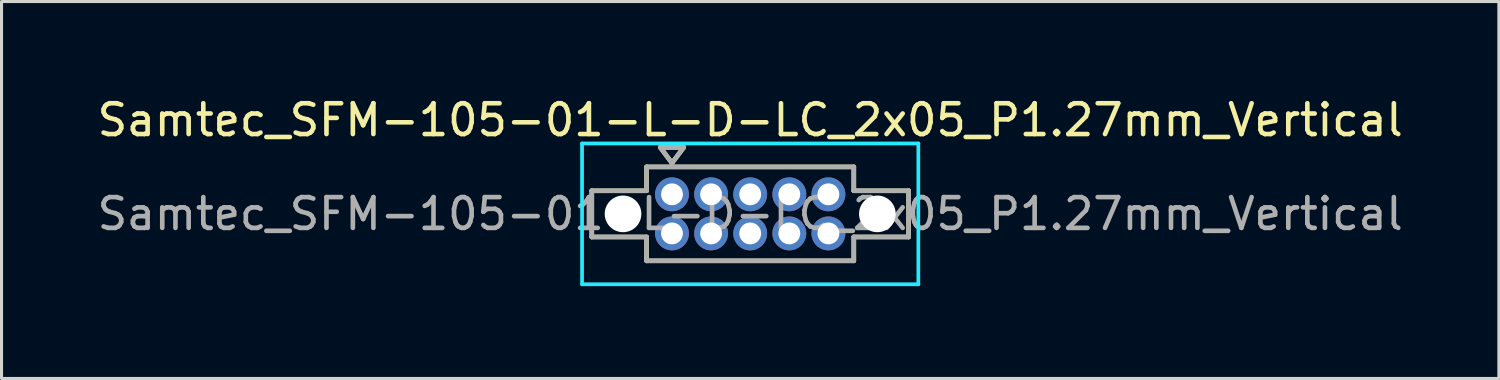
<source format=kicad_pcb>
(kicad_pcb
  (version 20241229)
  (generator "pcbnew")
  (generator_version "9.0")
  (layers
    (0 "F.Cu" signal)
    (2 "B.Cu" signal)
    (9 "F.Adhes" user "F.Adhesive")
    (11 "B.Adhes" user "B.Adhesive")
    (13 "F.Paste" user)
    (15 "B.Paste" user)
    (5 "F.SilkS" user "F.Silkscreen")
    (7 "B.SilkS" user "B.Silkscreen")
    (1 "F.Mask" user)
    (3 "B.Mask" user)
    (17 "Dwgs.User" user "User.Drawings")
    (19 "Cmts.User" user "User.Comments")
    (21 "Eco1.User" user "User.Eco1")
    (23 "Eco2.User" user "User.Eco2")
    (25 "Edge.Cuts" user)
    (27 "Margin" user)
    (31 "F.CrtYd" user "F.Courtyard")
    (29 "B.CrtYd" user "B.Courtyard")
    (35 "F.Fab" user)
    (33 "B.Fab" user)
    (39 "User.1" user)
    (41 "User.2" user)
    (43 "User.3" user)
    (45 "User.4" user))
  (footprint "Samtec_SFM-105-01-L-D-LC_2x05_P1.27mm_Vertical"
    (layer "F.Cu")
    (at 21.315 3.896)
    (property "Reference" "Samtec_SFM-105-01-L-D-LC_2x05_P1.27mm_Vertical" (at 0 -3.048 0) (layer "F.SilkS") (effects (font (size 1 1) (thickness 0.15))))
    (attr through_hole)
    (fp_line (start -5.145 -0.751) (end -5.145 0.751) (stroke (width 0.15) (type solid)) (layer "F.SilkS"))
    (fp_line (start -5.145 -0.751) (end -3.365 -0.751) (stroke (width 0.15) (type solid)) (layer "F.SilkS"))
    (fp_line (start -3.365 -1.525) (end -3.365 -0.751) (stroke (width 0.15) (type solid)) (layer "F.SilkS"))
    (fp_line (start -3.365 -1.525) (end 3.365 -1.525) (stroke (width 0.15) (type solid)) (layer "F.SilkS"))
    (fp_line (start -3.365 0.751) (end -5.145 0.751) (stroke (width 0.15) (type solid)) (layer "F.SilkS"))
    (fp_line (start -3.365 0.751) (end -3.365 1.525) (stroke (width 0.15) (type solid)) (layer "F.SilkS"))
    (fp_line (start -3.365 1.525) (end 3.365 1.525) (stroke (width 0.15) (type solid)) (layer "F.SilkS"))
    (fp_line (start -2.921 -2.159) (end -2.159 -2.159) (stroke (width 0.15) (type solid)) (layer "F.SilkS"))
    (fp_line (start -2.54 -1.651) (end -2.921 -2.159) (stroke (width 0.15) (type solid)) (layer "F.SilkS"))
    (fp_line (start -2.159 -2.159) (end -2.54 -1.651) (stroke (width 0.15) (type solid)) (layer "F.SilkS"))
    (fp_line (start 3.365 -1.525) (end 3.365 -0.751) (stroke (width 0.15) (type solid)) (layer "F.SilkS"))
    (fp_line (start 3.365 -0.751) (end 5.145 -0.751) (stroke (width 0.15) (type solid)) (layer "F.SilkS"))
    (fp_line (start 3.365 0.751) (end 3.365 1.525) (stroke (width 0.15) (type solid)) (layer "F.SilkS"))
    (fp_line (start 5.145 -0.751) (end 5.145 0.751) (stroke (width 0.15) (type solid)) (layer "F.SilkS"))
    (fp_line (start 5.145 0.751) (end 3.365 0.751) (stroke (width 0.15) (type solid)) (layer "F.SilkS"))
    (fp_line (start -5.461 -2.286) (end 5.461 -2.286) (stroke (width 0.12) (type solid)) (layer "B.CrtYd"))
    (fp_line (start -5.461 2.286) (end -5.461 -2.286) (stroke (width 0.12) (type solid)) (layer "B.CrtYd"))
    (fp_line (start 5.461 -2.286) (end 5.461 2.286) (stroke (width 0.12) (type solid)) (layer "B.CrtYd"))
    (fp_line (start 5.461 2.286) (end -5.461 2.286) (stroke (width 0.12) (type solid)) (layer "B.CrtYd"))
    (fp_line (start -5.145 -0.751) (end -5.145 0.751) (stroke (width 0.15) (type solid)) (layer "F.Fab"))
    (fp_line (start -5.145 -0.751) (end -3.365 -0.751) (stroke (width 0.15) (type solid)) (layer "F.Fab"))
    (fp_line (start -3.365 -1.525) (end -3.365 -0.751) (stroke (width 0.15) (type solid)) (layer "F.Fab"))
    (fp_line (start -3.365 -1.525) (end 3.365 -1.525) (stroke (width 0.15) (type solid)) (layer "F.Fab"))
    (fp_line (start -3.365 0.751) (end -5.145 0.751) (stroke (width 0.15) (type solid)) (layer "F.Fab"))
    (fp_line (start -3.365 0.751) (end -3.365 1.525) (stroke (width 0.15) (type solid)) (layer "F.Fab"))
    (fp_line (start -3.365 1.524) (end 3.365 1.524) (stroke (width 0.15) (type solid)) (layer "F.Fab"))
    (fp_line (start -2.921 -2.159) (end -2.159 -2.159) (stroke (width 0.15) (type solid)) (layer "F.Fab"))
    (fp_line (start -2.54 -1.651) (end -2.921 -2.159) (stroke (width 0.15) (type solid)) (layer "F.Fab"))
    (fp_line (start -2.159 -2.159) (end -2.54 -1.651) (stroke (width 0.15) (type solid)) (layer "F.Fab"))
    (fp_line (start 3.365 -1.525) (end 3.365 -0.751) (stroke (width 0.15) (type solid)) (layer "F.Fab"))
    (fp_line (start 3.365 -0.751) (end 5.145 -0.751) (stroke (width 0.15) (type solid)) (layer "F.Fab"))
    (fp_line (start 3.365 0.75) (end 3.365 1.524) (stroke (width 0.15) (type solid)) (layer "F.Fab"))
    (fp_line (start 5.145 -0.751) (end 5.145 0.751) (stroke (width 0.15) (type solid)) (layer "F.Fab"))
    (fp_line (start 5.145 0.751) (end 3.365 0.751) (stroke (width 0.15) (type solid)) (layer "F.Fab"))
    (fp_text user "${REFERENCE}" (at 0 0 0) (layer "F.Fab") (effects (font (size 1 1) (thickness 0.15))))
    (pad "" np_thru_hole circle (at -4.13 0) (size 1.19 1.19) (drill 1.19) (layers "*.Cu" "*.Mask"))
    (pad "" np_thru_hole circle (at 4.13 0) (size 1.19 1.19) (drill 1.19) (layers "*.Cu" "*.Mask"))
    (pad "1" thru_hole circle (at -2.54 -0.635) (size 1.1 1.1) (drill 0.71) (layers "*.Cu" "*.Mask"))
    (pad "2" thru_hole circle (at -2.54 0.635) (size 1.1 1.1) (drill 0.71) (layers "*.Cu" "*.Mask"))
    (pad "3" thru_hole circle (at -1.27 -0.635) (size 1.1 1.1) (drill 0.71) (layers "*.Cu" "*.Mask"))
    (pad "4" thru_hole circle (at -1.27 0.635) (size 1.1 1.1) (drill 0.71) (layers "*.Cu" "*.Mask"))
    (pad "5" thru_hole circle (at 0 -0.635) (size 1.1 1.1) (drill 0.71) (layers "*.Cu" "*.Mask"))
    (pad "6" thru_hole circle (at 0 0.635) (size 1.1 1.1) (drill 0.71) (layers "*.Cu" "*.Mask"))
    (pad "7" thru_hole circle (at 1.27 -0.635) (size 1.1 1.1) (drill 0.71) (layers "*.Cu" "*.Mask"))
    (pad "8" thru_hole circle (at 1.27 0.635) (size 1.1 1.1) (drill 0.71) (layers "*.Cu" "*.Mask"))
    (pad "9" thru_hole circle (at 2.54 -0.635) (size 1.1 1.1) (drill 0.71) (layers "*.Cu" "*.Mask"))
    (pad "10" thru_hole circle (at 2.54 0.635) (size 1.1 1.1) (drill 0.71) (layers "*.Cu" "*.Mask")))
  (gr_rect
    (start -3 -3)
    (end 45.631 9.242)
    (stroke (width 0.1) (type default))
    (fill no)
    (layer "Edge.Cuts")))
</source>
